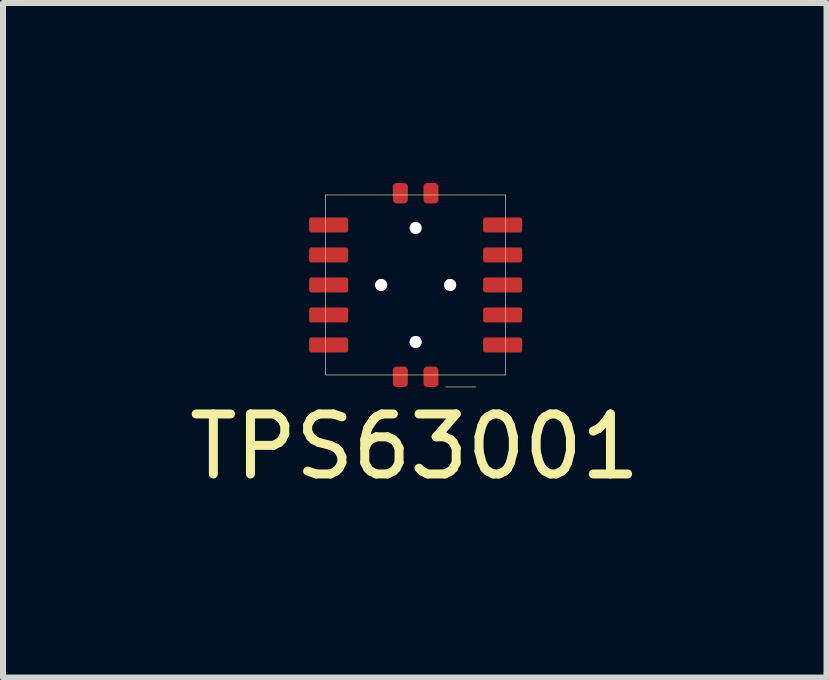
<source format=kicad_pcb>
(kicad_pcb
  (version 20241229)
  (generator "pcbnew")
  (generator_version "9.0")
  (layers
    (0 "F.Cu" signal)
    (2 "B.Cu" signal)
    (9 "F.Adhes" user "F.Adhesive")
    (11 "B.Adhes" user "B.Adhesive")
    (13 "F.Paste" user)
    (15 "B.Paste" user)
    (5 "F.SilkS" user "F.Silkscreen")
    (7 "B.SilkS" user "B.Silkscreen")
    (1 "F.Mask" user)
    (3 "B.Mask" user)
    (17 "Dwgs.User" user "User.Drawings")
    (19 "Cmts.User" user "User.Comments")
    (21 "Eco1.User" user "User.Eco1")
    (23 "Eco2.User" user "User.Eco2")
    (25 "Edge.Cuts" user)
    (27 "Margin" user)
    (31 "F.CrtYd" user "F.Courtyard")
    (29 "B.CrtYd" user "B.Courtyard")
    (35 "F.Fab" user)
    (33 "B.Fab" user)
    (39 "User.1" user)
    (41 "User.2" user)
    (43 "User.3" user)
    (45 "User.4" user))
  (footprint "TPS63001"
    (layer "F.Cu")
    (at 3.878 1.7)
    (property "Reference" "TPS63001" (at -0.015 2.695 0) (layer "F.SilkS") (effects (font (size 1 1) (thickness 0.15))))
    (attr through_hole)
    (fp_line (start -1.5 -1.5) (end 1.5 -1.5) (stroke (width 0.01) (type solid)) (layer "F.SilkS"))
    (fp_line (start -1.5 1.5) (end -1.5 -1.5) (stroke (width 0.01) (type solid)) (layer "F.SilkS"))
    (fp_line (start 1 1.7) (end 0.5 1.7) (stroke (width 0.01) (type solid)) (layer "F.SilkS"))
    (fp_line (start 1.5 -1.5) (end 1.5 1.5) (stroke (width 0.01) (type solid)) (layer "F.SilkS"))
    (fp_line (start 1.5 1.5) (end -1.5 1.5) (stroke (width 0.01) (type solid)) (layer "F.SilkS"))
    (fp_poly (pts (xy -0.82 0.11) (xy -0.56 0.11) (xy -0.4 0.11) (xy -0.27 0.11) (xy -0.1 0.11) (xy 0.1 0.11) (xy 0.26 0.11) (xy 0.45 0.11) (xy 0.51 0.11) (xy 0.825 0.11) (xy 0.825 1.21) (xy 0.34 1.21) (xy 0.25 1.21) (xy 0.19 1.21) (xy 0.13 1.21) (xy -0.125 1.21) (xy -0.22 1.21) (xy -0.29 1.21) (xy -0.34 1.21) (xy -0.82 1.21) (xy -0.82 0.89)) (stroke (width 0) (type solid)) (fill yes) (layer "F.Paste"))
    (fp_poly (pts (xy -0.815 -1.2) (xy -0.35 -1.2) (xy -0.26 -1.2) (xy -0.18 -1.2) (xy -0.105 -1.2) (xy 0.115 -1.2) (xy 0.17 -1.2) (xy 0.29 -1.2) (xy 0.35 -1.2) (xy 0.823 -1.205) (xy 0.82 -0.11) (xy 0.55 -0.11) (xy 0.35 -0.11) (xy 0.25 -0.11) (xy 0.138 -0.11) (xy -0.13 -0.11) (xy -0.28 -0.11) (xy -0.37 -0.11) (xy -0.45 -0.11) (xy -0.79 -0.11) (xy -0.81 -0.11)) (stroke (width 0) (type solid)) (fill yes) (layer "F.Paste"))
    (pad "" thru_hole circle (at -0.575 0) (size 0.2 0.2) (drill 0.2) (layers "*.Cu" "*.Mask"))
    (pad "" thru_hole circle (at 0 -0.95) (size 0.2 0.2) (drill 0.2) (layers "*.Cu" "*.Mask"))
    (pad "" thru_hole circle (at 0 0.95) (size 0.2 0.2) (drill 0.2) (layers "*.Cu" "*.Mask"))
    (pad "" thru_hole circle (at 0.575 0) (size 0.2 0.2) (drill 0.2) (layers "*.Cu" "*.Mask"))
    (pad "1" smd roundrect (at -1.45 1) (size 0.65 0.25) (layers "F.Cu" "F.Mask" "F.Paste") (roundrect_rratio 0.15))
    (pad "2" smd roundrect (at -1.45 0.5) (size 0.65 0.25) (layers "F.Cu" "F.Mask" "F.Paste") (roundrect_rratio 0.15))
    (pad "3" smd roundrect (at -1.45 0) (size 0.65 0.25) (layers "F.Cu" "F.Mask" "F.Paste") (roundrect_rratio 0.15))
    (pad "4" smd roundrect (at -1.45 -0.5) (size 0.65 0.25) (layers "F.Cu" "F.Mask" "F.Paste") (roundrect_rratio 0.15))
    (pad "5" smd roundrect (at -1.45 -1) (size 0.65 0.25) (layers "F.Cu" "F.Mask" "F.Paste") (roundrect_rratio 0.15))
    (pad "6" smd roundrect (at 1.45 -1) (size 0.65 0.25) (layers "F.Cu" "F.Mask" "F.Paste") (roundrect_rratio 0.15))
    (pad "7" smd roundrect (at 1.45 -0.5) (size 0.65 0.25) (layers "F.Cu" "F.Mask" "F.Paste") (roundrect_rratio 0.15))
    (pad "8" smd roundrect (at 1.45 0) (size 0.65 0.25) (layers "F.Cu" "F.Mask" "F.Paste") (roundrect_rratio 0.15))
    (pad "9" smd roundrect (at 1.45 0.5) (size 0.65 0.25) (layers "F.Cu" "F.Mask" "F.Paste") (roundrect_rratio 0.15))
    (pad "10" smd roundrect (at 1.45 1) (size 0.65 0.25) (layers "F.Cu" "F.Mask" "F.Paste") (roundrect_rratio 0.15))
    (pad "11" smd roundrect (at -0.255 -1.53) (size 0.25 0.34) (layers "F.Cu" "F.Mask" "F.Paste") (roundrect_rratio 0.25))
    (pad "11" smd roundrect (at -0.255 1.53) (size 0.25 0.34) (layers "F.Cu" "F.Mask" "F.Paste") (roundrect_rratio 0.25))
    (pad "11" smd roundrect (at 0.255 -1.53) (size 0.25 0.34) (layers "F.Cu" "F.Mask" "F.Paste") (roundrect_rratio 0.25))
    (pad "11" smd roundrect (at 0.255 1.53) (size 0.25 0.34) (layers "F.Cu" "F.Mask" "F.Paste") (roundrect_rratio 0.25)))
  (gr_rect
    (start -3 -3)
    (end 10.726 8.243)
    (stroke (width 0.1) (type default))
    (fill no)
    (layer "Edge.Cuts")))
</source>
